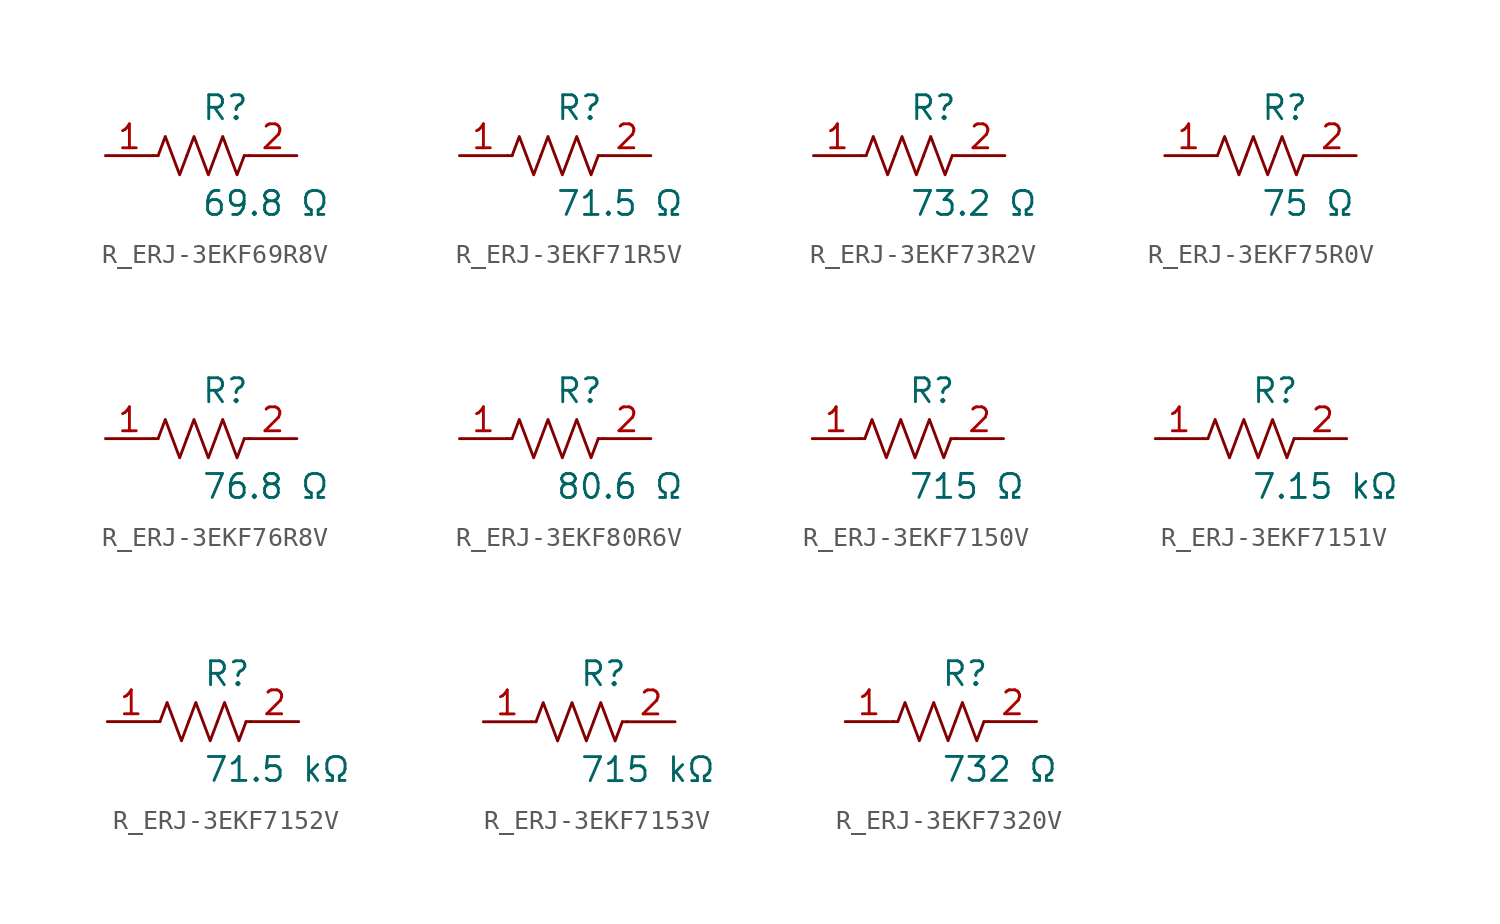
<source format=kicad_sym>
(kicad_symbol_lib
  (version 20231120)
  (generator kicad_symbol_editor)
  (generator_version 8.0)
  (symbol "R_ERJ-3EKF69R8V"
    (pin_names
      (offset 0.254))
    (property "Reference" "R"
      (at 0.0 2.54 0)
      (effects (font (size 1.27 1.27)) (justify left)))
    (property "Value" "69.8 Ω"
      (at 0.0 -2.54 0)
      (effects (font (size 1.27 1.27)) (justify left)))
    (symbol "R_ERJ-3EKF69R8V_0_1"
      (polyline (pts (xy 2.286 0) (xy 2.54 0)) (stroke (width 0) (type default)) (fill (type none)))
      (polyline (pts (xy -2.286 0) (xy -2.54 0)) (stroke (width 0) (type default)) (fill (type none)))
      (polyline (pts (xy 0.762 0) (xy 1.143 1.016) (xy 1.524 0) (xy 1.905 -1.016) (xy 2.286 0)) (stroke (width 0) (type default)) (fill (type none)))
      (polyline (pts (xy -0.762 0) (xy -0.381 1.016) (xy 0 0) (xy 0.381 -1.016) (xy 0.762 0)) (stroke (width 0) (type default)) (fill (type none)))
      (polyline (pts (xy -2.286 0) (xy -1.905 1.016) (xy -1.524 0) (xy -1.143 -1.016) (xy -0.762 0)) (stroke (width 0) (type default)) (fill (type none))))
    (pin unspecified line
      (at -5.08 0 0)
      (length 2.54)
      (name "" (effects (font (size 1.27 1.27))))
      (number "1" (effects (font (size 1.27 1.27)))))
    (pin unspecified line
      (at 5.08 0 180)
      (length 2.54)
      (name "" (effects (font (size 1.27 1.27))))
      (number "2" (effects (font (size 1.27 1.27))))))
  (symbol "R_ERJ-3EKF71R5V"
    (pin_names
      (offset 0.254))
    (property "Reference" "R"
      (at 0.0 2.54 0)
      (effects (font (size 1.27 1.27)) (justify left)))
    (property "Value" "71.5 Ω"
      (at 0.0 -2.54 0)
      (effects (font (size 1.27 1.27)) (justify left)))
    (symbol "R_ERJ-3EKF71R5V_0_1"
      (polyline (pts (xy 2.286 0) (xy 2.54 0)) (stroke (width 0) (type default)) (fill (type none)))
      (polyline (pts (xy -2.286 0) (xy -2.54 0)) (stroke (width 0) (type default)) (fill (type none)))
      (polyline (pts (xy 0.762 0) (xy 1.143 1.016) (xy 1.524 0) (xy 1.905 -1.016) (xy 2.286 0)) (stroke (width 0) (type default)) (fill (type none)))
      (polyline (pts (xy -0.762 0) (xy -0.381 1.016) (xy 0 0) (xy 0.381 -1.016) (xy 0.762 0)) (stroke (width 0) (type default)) (fill (type none)))
      (polyline (pts (xy -2.286 0) (xy -1.905 1.016) (xy -1.524 0) (xy -1.143 -1.016) (xy -0.762 0)) (stroke (width 0) (type default)) (fill (type none))))
    (pin unspecified line
      (at -5.08 0 0)
      (length 2.54)
      (name "" (effects (font (size 1.27 1.27))))
      (number "1" (effects (font (size 1.27 1.27)))))
    (pin unspecified line
      (at 5.08 0 180)
      (length 2.54)
      (name "" (effects (font (size 1.27 1.27))))
      (number "2" (effects (font (size 1.27 1.27))))))
  (symbol "R_ERJ-3EKF73R2V"
    (pin_names
      (offset 0.254))
    (property "Reference" "R"
      (at 0.0 2.54 0)
      (effects (font (size 1.27 1.27)) (justify left)))
    (property "Value" "73.2 Ω"
      (at 0.0 -2.54 0)
      (effects (font (size 1.27 1.27)) (justify left)))
    (symbol "R_ERJ-3EKF73R2V_0_1"
      (polyline (pts (xy 2.286 0) (xy 2.54 0)) (stroke (width 0) (type default)) (fill (type none)))
      (polyline (pts (xy -2.286 0) (xy -2.54 0)) (stroke (width 0) (type default)) (fill (type none)))
      (polyline (pts (xy 0.762 0) (xy 1.143 1.016) (xy 1.524 0) (xy 1.905 -1.016) (xy 2.286 0)) (stroke (width 0) (type default)) (fill (type none)))
      (polyline (pts (xy -0.762 0) (xy -0.381 1.016) (xy 0 0) (xy 0.381 -1.016) (xy 0.762 0)) (stroke (width 0) (type default)) (fill (type none)))
      (polyline (pts (xy -2.286 0) (xy -1.905 1.016) (xy -1.524 0) (xy -1.143 -1.016) (xy -0.762 0)) (stroke (width 0) (type default)) (fill (type none))))
    (pin unspecified line
      (at -5.08 0 0)
      (length 2.54)
      (name "" (effects (font (size 1.27 1.27))))
      (number "1" (effects (font (size 1.27 1.27)))))
    (pin unspecified line
      (at 5.08 0 180)
      (length 2.54)
      (name "" (effects (font (size 1.27 1.27))))
      (number "2" (effects (font (size 1.27 1.27))))))
  (symbol "R_ERJ-3EKF75R0V"
    (pin_names
      (offset 0.254))
    (property "Reference" "R"
      (at 0.0 2.54 0)
      (effects (font (size 1.27 1.27)) (justify left)))
    (property "Value" "75 Ω"
      (at 0.0 -2.54 0)
      (effects (font (size 1.27 1.27)) (justify left)))
    (symbol "R_ERJ-3EKF75R0V_0_1"
      (polyline (pts (xy 2.286 0) (xy 2.54 0)) (stroke (width 0) (type default)) (fill (type none)))
      (polyline (pts (xy -2.286 0) (xy -2.54 0)) (stroke (width 0) (type default)) (fill (type none)))
      (polyline (pts (xy 0.762 0) (xy 1.143 1.016) (xy 1.524 0) (xy 1.905 -1.016) (xy 2.286 0)) (stroke (width 0) (type default)) (fill (type none)))
      (polyline (pts (xy -0.762 0) (xy -0.381 1.016) (xy 0 0) (xy 0.381 -1.016) (xy 0.762 0)) (stroke (width 0) (type default)) (fill (type none)))
      (polyline (pts (xy -2.286 0) (xy -1.905 1.016) (xy -1.524 0) (xy -1.143 -1.016) (xy -0.762 0)) (stroke (width 0) (type default)) (fill (type none))))
    (pin unspecified line
      (at -5.08 0 0)
      (length 2.54)
      (name "" (effects (font (size 1.27 1.27))))
      (number "1" (effects (font (size 1.27 1.27)))))
    (pin unspecified line
      (at 5.08 0 180)
      (length 2.54)
      (name "" (effects (font (size 1.27 1.27))))
      (number "2" (effects (font (size 1.27 1.27))))))
  (symbol "R_ERJ-3EKF76R8V"
    (pin_names
      (offset 0.254))
    (property "Reference" "R"
      (at 0.0 2.54 0)
      (effects (font (size 1.27 1.27)) (justify left)))
    (property "Value" "76.8 Ω"
      (at 0.0 -2.54 0)
      (effects (font (size 1.27 1.27)) (justify left)))
    (symbol "R_ERJ-3EKF76R8V_0_1"
      (polyline (pts (xy 2.286 0) (xy 2.54 0)) (stroke (width 0) (type default)) (fill (type none)))
      (polyline (pts (xy -2.286 0) (xy -2.54 0)) (stroke (width 0) (type default)) (fill (type none)))
      (polyline (pts (xy 0.762 0) (xy 1.143 1.016) (xy 1.524 0) (xy 1.905 -1.016) (xy 2.286 0)) (stroke (width 0) (type default)) (fill (type none)))
      (polyline (pts (xy -0.762 0) (xy -0.381 1.016) (xy 0 0) (xy 0.381 -1.016) (xy 0.762 0)) (stroke (width 0) (type default)) (fill (type none)))
      (polyline (pts (xy -2.286 0) (xy -1.905 1.016) (xy -1.524 0) (xy -1.143 -1.016) (xy -0.762 0)) (stroke (width 0) (type default)) (fill (type none))))
    (pin unspecified line
      (at -5.08 0 0)
      (length 2.54)
      (name "" (effects (font (size 1.27 1.27))))
      (number "1" (effects (font (size 1.27 1.27)))))
    (pin unspecified line
      (at 5.08 0 180)
      (length 2.54)
      (name "" (effects (font (size 1.27 1.27))))
      (number "2" (effects (font (size 1.27 1.27))))))
  (symbol "R_ERJ-3EKF80R6V"
    (pin_names
      (offset 0.254))
    (property "Reference" "R"
      (at 0.0 2.54 0)
      (effects (font (size 1.27 1.27)) (justify left)))
    (property "Value" "80.6 Ω"
      (at 0.0 -2.54 0)
      (effects (font (size 1.27 1.27)) (justify left)))
    (symbol "R_ERJ-3EKF80R6V_0_1"
      (polyline (pts (xy 2.286 0) (xy 2.54 0)) (stroke (width 0) (type default)) (fill (type none)))
      (polyline (pts (xy -2.286 0) (xy -2.54 0)) (stroke (width 0) (type default)) (fill (type none)))
      (polyline (pts (xy 0.762 0) (xy 1.143 1.016) (xy 1.524 0) (xy 1.905 -1.016) (xy 2.286 0)) (stroke (width 0) (type default)) (fill (type none)))
      (polyline (pts (xy -0.762 0) (xy -0.381 1.016) (xy 0 0) (xy 0.381 -1.016) (xy 0.762 0)) (stroke (width 0) (type default)) (fill (type none)))
      (polyline (pts (xy -2.286 0) (xy -1.905 1.016) (xy -1.524 0) (xy -1.143 -1.016) (xy -0.762 0)) (stroke (width 0) (type default)) (fill (type none))))
    (pin unspecified line
      (at -5.08 0 0)
      (length 2.54)
      (name "" (effects (font (size 1.27 1.27))))
      (number "1" (effects (font (size 1.27 1.27)))))
    (pin unspecified line
      (at 5.08 0 180)
      (length 2.54)
      (name "" (effects (font (size 1.27 1.27))))
      (number "2" (effects (font (size 1.27 1.27))))))
  (symbol "R_ERJ-3EKF7150V"
    (pin_names
      (offset 0.254))
    (property "Reference" "R"
      (at 0.0 2.54 0)
      (effects (font (size 1.27 1.27)) (justify left)))
    (property "Value" "715 Ω"
      (at 0.0 -2.54 0)
      (effects (font (size 1.27 1.27)) (justify left)))
    (symbol "R_ERJ-3EKF7150V_0_1"
      (polyline (pts (xy 2.286 0) (xy 2.54 0)) (stroke (width 0) (type default)) (fill (type none)))
      (polyline (pts (xy -2.286 0) (xy -2.54 0)) (stroke (width 0) (type default)) (fill (type none)))
      (polyline (pts (xy 0.762 0) (xy 1.143 1.016) (xy 1.524 0) (xy 1.905 -1.016) (xy 2.286 0)) (stroke (width 0) (type default)) (fill (type none)))
      (polyline (pts (xy -0.762 0) (xy -0.381 1.016) (xy 0 0) (xy 0.381 -1.016) (xy 0.762 0)) (stroke (width 0) (type default)) (fill (type none)))
      (polyline (pts (xy -2.286 0) (xy -1.905 1.016) (xy -1.524 0) (xy -1.143 -1.016) (xy -0.762 0)) (stroke (width 0) (type default)) (fill (type none))))
    (pin unspecified line
      (at -5.08 0 0)
      (length 2.54)
      (name "" (effects (font (size 1.27 1.27))))
      (number "1" (effects (font (size 1.27 1.27)))))
    (pin unspecified line
      (at 5.08 0 180)
      (length 2.54)
      (name "" (effects (font (size 1.27 1.27))))
      (number "2" (effects (font (size 1.27 1.27))))))
  (symbol "R_ERJ-3EKF7151V"
    (pin_names
      (offset 0.254))
    (property "Reference" "R"
      (at 0.0 2.54 0)
      (effects (font (size 1.27 1.27)) (justify left)))
    (property "Value" "7.15 kΩ"
      (at 0.0 -2.54 0)
      (effects (font (size 1.27 1.27)) (justify left)))
    (symbol "R_ERJ-3EKF7151V_0_1"
      (polyline (pts (xy 2.286 0) (xy 2.54 0)) (stroke (width 0) (type default)) (fill (type none)))
      (polyline (pts (xy -2.286 0) (xy -2.54 0)) (stroke (width 0) (type default)) (fill (type none)))
      (polyline (pts (xy 0.762 0) (xy 1.143 1.016) (xy 1.524 0) (xy 1.905 -1.016) (xy 2.286 0)) (stroke (width 0) (type default)) (fill (type none)))
      (polyline (pts (xy -0.762 0) (xy -0.381 1.016) (xy 0 0) (xy 0.381 -1.016) (xy 0.762 0)) (stroke (width 0) (type default)) (fill (type none)))
      (polyline (pts (xy -2.286 0) (xy -1.905 1.016) (xy -1.524 0) (xy -1.143 -1.016) (xy -0.762 0)) (stroke (width 0) (type default)) (fill (type none))))
    (pin unspecified line
      (at -5.08 0 0)
      (length 2.54)
      (name "" (effects (font (size 1.27 1.27))))
      (number "1" (effects (font (size 1.27 1.27)))))
    (pin unspecified line
      (at 5.08 0 180)
      (length 2.54)
      (name "" (effects (font (size 1.27 1.27))))
      (number "2" (effects (font (size 1.27 1.27))))))
  (symbol "R_ERJ-3EKF7152V"
    (pin_names
      (offset 0.254))
    (property "Reference" "R"
      (at 0.0 2.54 0)
      (effects (font (size 1.27 1.27)) (justify left)))
    (property "Value" "71.5 kΩ"
      (at 0.0 -2.54 0)
      (effects (font (size 1.27 1.27)) (justify left)))
    (symbol "R_ERJ-3EKF7152V_0_1"
      (polyline (pts (xy 2.286 0) (xy 2.54 0)) (stroke (width 0) (type default)) (fill (type none)))
      (polyline (pts (xy -2.286 0) (xy -2.54 0)) (stroke (width 0) (type default)) (fill (type none)))
      (polyline (pts (xy 0.762 0) (xy 1.143 1.016) (xy 1.524 0) (xy 1.905 -1.016) (xy 2.286 0)) (stroke (width 0) (type default)) (fill (type none)))
      (polyline (pts (xy -0.762 0) (xy -0.381 1.016) (xy 0 0) (xy 0.381 -1.016) (xy 0.762 0)) (stroke (width 0) (type default)) (fill (type none)))
      (polyline (pts (xy -2.286 0) (xy -1.905 1.016) (xy -1.524 0) (xy -1.143 -1.016) (xy -0.762 0)) (stroke (width 0) (type default)) (fill (type none))))
    (pin unspecified line
      (at -5.08 0 0)
      (length 2.54)
      (name "" (effects (font (size 1.27 1.27))))
      (number "1" (effects (font (size 1.27 1.27)))))
    (pin unspecified line
      (at 5.08 0 180)
      (length 2.54)
      (name "" (effects (font (size 1.27 1.27))))
      (number "2" (effects (font (size 1.27 1.27))))))
  (symbol "R_ERJ-3EKF7153V"
    (pin_names
      (offset 0.254))
    (property "Reference" "R"
      (at 0.0 2.54 0)
      (effects (font (size 1.27 1.27)) (justify left)))
    (property "Value" "715 kΩ"
      (at 0.0 -2.54 0)
      (effects (font (size 1.27 1.27)) (justify left)))
    (symbol "R_ERJ-3EKF7153V_0_1"
      (polyline (pts (xy 2.286 0) (xy 2.54 0)) (stroke (width 0) (type default)) (fill (type none)))
      (polyline (pts (xy -2.286 0) (xy -2.54 0)) (stroke (width 0) (type default)) (fill (type none)))
      (polyline (pts (xy 0.762 0) (xy 1.143 1.016) (xy 1.524 0) (xy 1.905 -1.016) (xy 2.286 0)) (stroke (width 0) (type default)) (fill (type none)))
      (polyline (pts (xy -0.762 0) (xy -0.381 1.016) (xy 0 0) (xy 0.381 -1.016) (xy 0.762 0)) (stroke (width 0) (type default)) (fill (type none)))
      (polyline (pts (xy -2.286 0) (xy -1.905 1.016) (xy -1.524 0) (xy -1.143 -1.016) (xy -0.762 0)) (stroke (width 0) (type default)) (fill (type none))))
    (pin unspecified line
      (at -5.08 0 0)
      (length 2.54)
      (name "" (effects (font (size 1.27 1.27))))
      (number "1" (effects (font (size 1.27 1.27)))))
    (pin unspecified line
      (at 5.08 0 180)
      (length 2.54)
      (name "" (effects (font (size 1.27 1.27))))
      (number "2" (effects (font (size 1.27 1.27))))))
  (symbol "R_ERJ-3EKF7320V"
    (pin_names
      (offset 0.254))
    (property "Reference" "R"
      (at 0.0 2.54 0)
      (effects (font (size 1.27 1.27)) (justify left)))
    (property "Value" "732 Ω"
      (at 0.0 -2.54 0)
      (effects (font (size 1.27 1.27)) (justify left)))
    (symbol "R_ERJ-3EKF7320V_0_1"
      (polyline (pts (xy 2.286 0) (xy 2.54 0)) (stroke (width 0) (type default)) (fill (type none)))
      (polyline (pts (xy -2.286 0) (xy -2.54 0)) (stroke (width 0) (type default)) (fill (type none)))
      (polyline (pts (xy 0.762 0) (xy 1.143 1.016) (xy 1.524 0) (xy 1.905 -1.016) (xy 2.286 0)) (stroke (width 0) (type default)) (fill (type none)))
      (polyline (pts (xy -0.762 0) (xy -0.381 1.016) (xy 0 0) (xy 0.381 -1.016) (xy 0.762 0)) (stroke (width 0) (type default)) (fill (type none)))
      (polyline (pts (xy -2.286 0) (xy -1.905 1.016) (xy -1.524 0) (xy -1.143 -1.016) (xy -0.762 0)) (stroke (width 0) (type default)) (fill (type none))))
    (pin unspecified line
      (at -5.08 0 0)
      (length 2.54)
      (name "" (effects (font (size 1.27 1.27))))
      (number "1" (effects (font (size 1.27 1.27)))))
    (pin unspecified line
      (at 5.08 0 180)
      (length 2.54)
      (name "" (effects (font (size 1.27 1.27))))
      (number "2" (effects (font (size 1.27 1.27)))))))
</source>
